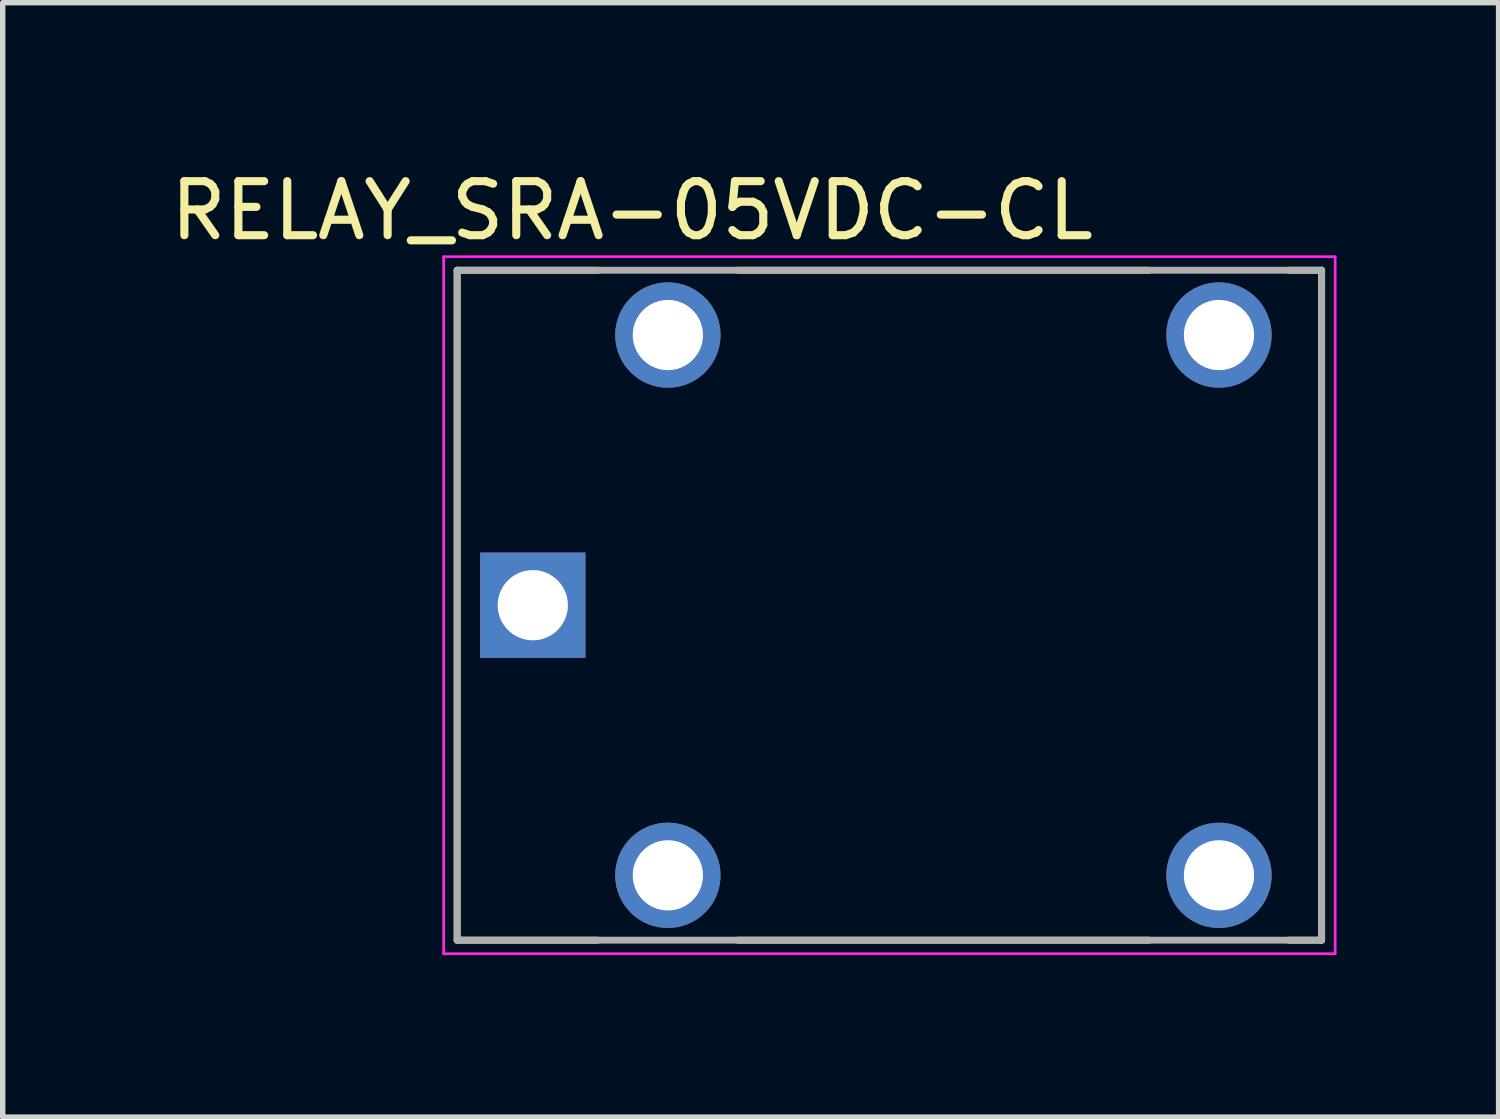
<source format=kicad_pcb>
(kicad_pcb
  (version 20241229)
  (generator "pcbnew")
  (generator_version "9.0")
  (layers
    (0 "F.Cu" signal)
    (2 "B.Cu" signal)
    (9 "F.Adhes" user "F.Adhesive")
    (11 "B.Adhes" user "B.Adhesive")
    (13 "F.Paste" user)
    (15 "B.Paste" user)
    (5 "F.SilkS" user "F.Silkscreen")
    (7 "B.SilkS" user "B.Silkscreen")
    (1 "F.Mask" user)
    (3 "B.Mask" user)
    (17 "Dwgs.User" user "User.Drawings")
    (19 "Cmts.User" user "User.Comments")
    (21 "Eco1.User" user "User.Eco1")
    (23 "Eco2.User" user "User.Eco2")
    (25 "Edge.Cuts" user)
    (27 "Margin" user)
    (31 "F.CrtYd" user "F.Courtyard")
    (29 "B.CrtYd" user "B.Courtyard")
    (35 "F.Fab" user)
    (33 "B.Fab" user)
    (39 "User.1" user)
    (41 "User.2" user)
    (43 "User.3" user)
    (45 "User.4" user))
  (footprint "RELAY_SRA-05VDC-CL"
    (layer "F.Cu")
    (at 13.411 8.151)
    (property "Reference" "RELAY_SRA-05VDC-CL" (at -4.763 -7.303 0) (layer "F.SilkS") (effects (font (size 1 1) (thickness 0.15))))
    (attr through_hole)
    (fp_line (start -8 -6.2) (end -5.395 -6.2) (stroke (width 0.127) (type solid)) (layer "F.SilkS"))
    (fp_line (start -8 6.2) (end -8 -6.2) (stroke (width 0.127) (type solid)) (layer "F.SilkS"))
    (fp_line (start -5.395 6.2) (end -8 6.2) (stroke (width 0.127) (type solid)) (layer "F.SilkS"))
    (fp_line (start -2.805 -6.2) (end 4.805 -6.2) (stroke (width 0.127) (type solid)) (layer "F.SilkS"))
    (fp_line (start -2.805 6.2) (end 4.805 6.2) (stroke (width 0.127) (type solid)) (layer "F.SilkS"))
    (fp_line (start 7.395 -6.2) (end 8 -6.2) (stroke (width 0.127) (type solid)) (layer "F.SilkS"))
    (fp_line (start 8 -6.2) (end 8 6.2) (stroke (width 0.127) (type solid)) (layer "F.SilkS"))
    (fp_line (start 8 6.2) (end 7.395 6.2) (stroke (width 0.127) (type solid)) (layer "F.SilkS"))
    (fp_line (start -8.25 -6.45) (end -8.25 6.45) (stroke (width 0.05) (type solid)) (layer "F.CrtYd"))
    (fp_line (start -8.25 6.45) (end 8.25 6.45) (stroke (width 0.05) (type solid)) (layer "F.CrtYd"))
    (fp_line (start 8.25 -6.45) (end -8.25 -6.45) (stroke (width 0.05) (type solid)) (layer "F.CrtYd"))
    (fp_line (start 8.25 6.45) (end 8.25 -6.45) (stroke (width 0.05) (type solid)) (layer "F.CrtYd"))
    (fp_line (start -8 -6.2) (end 8 -6.2) (stroke (width 0.127) (type solid)) (layer "F.Fab"))
    (fp_line (start -8 6.2) (end -8 -6.2) (stroke (width 0.127) (type solid)) (layer "F.Fab"))
    (fp_line (start 8 -6.2) (end 8 6.2) (stroke (width 0.127) (type solid)) (layer "F.Fab"))
    (fp_line (start 8 6.2) (end -8 6.2) (stroke (width 0.127) (type solid)) (layer "F.Fab"))
    (pad "COIL1" thru_hole circle (at -4.1 -5) (size 1.95 1.95) (drill 1.3) (layers "*.Cu" "*.Mask"))
    (pad "COIL2" thru_hole circle (at -4.1 5) (size 1.95 1.95) (drill 1.3) (layers "*.Cu" "*.Mask"))
    (pad "COM" thru_hole rect (at -6.6 0) (size 1.95 1.95) (drill 1.3) (layers "*.Cu" "*.Mask"))
    (pad "NC" thru_hole circle (at 6.1 -5) (size 1.95 1.95) (drill 1.3) (layers "*.Cu" "*.Mask"))
    (pad "NO" thru_hole circle (at 6.1 5) (size 1.95 1.95) (drill 1.3) (layers "*.Cu" "*.Mask")))
  (gr_rect
    (start -3 -3)
    (end 24.686 17.626)
    (stroke (width 0.1) (type default))
    (fill no)
    (layer "Edge.Cuts")))
</source>
